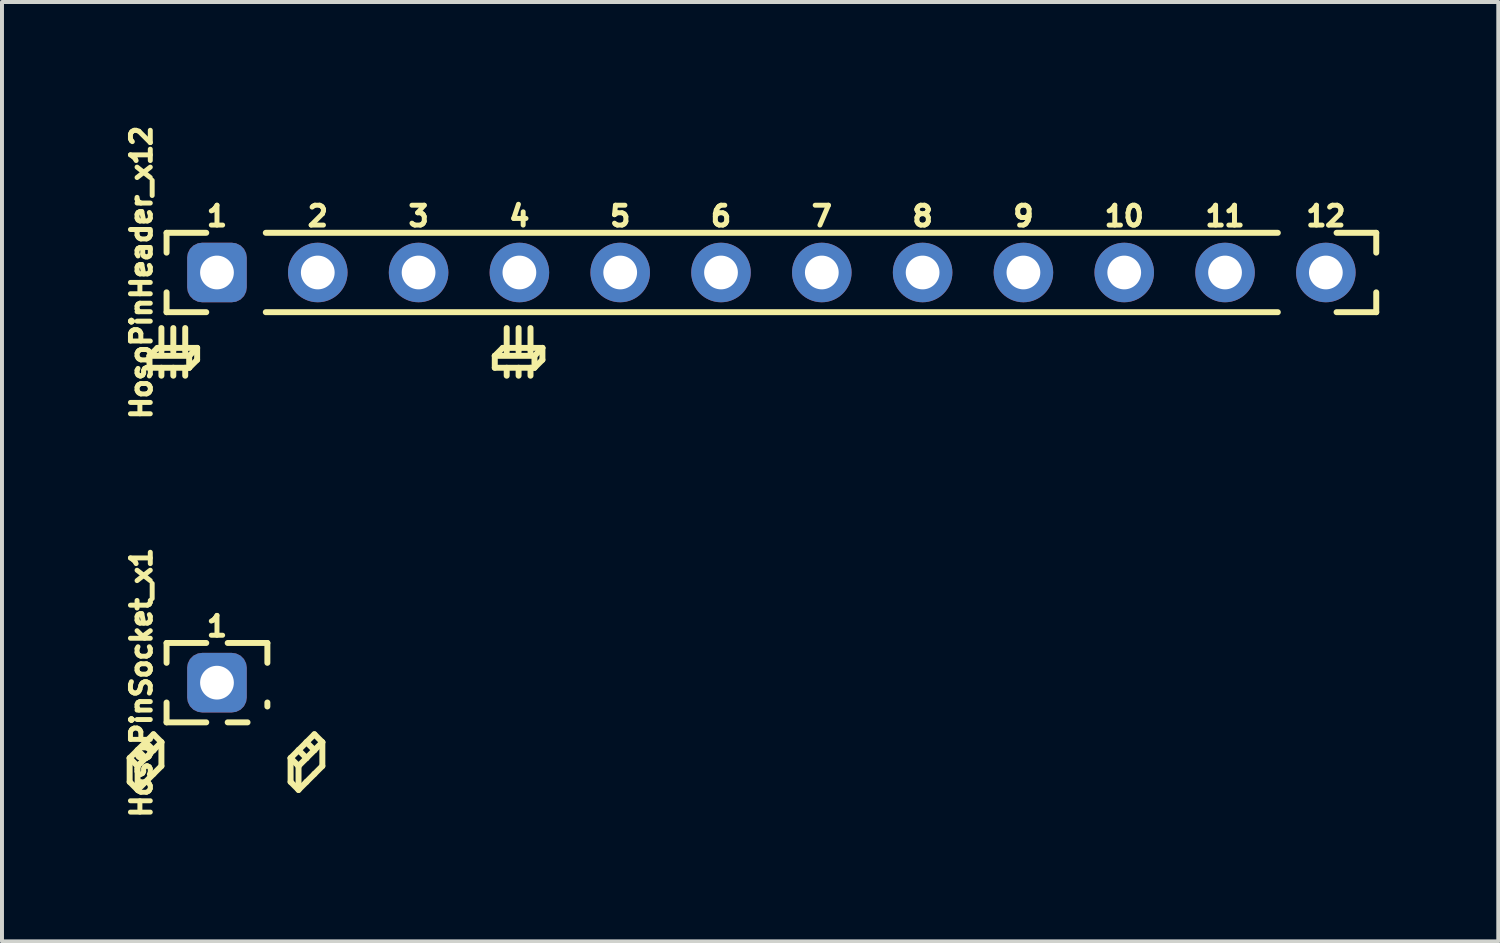
<source format=kicad_pcb>
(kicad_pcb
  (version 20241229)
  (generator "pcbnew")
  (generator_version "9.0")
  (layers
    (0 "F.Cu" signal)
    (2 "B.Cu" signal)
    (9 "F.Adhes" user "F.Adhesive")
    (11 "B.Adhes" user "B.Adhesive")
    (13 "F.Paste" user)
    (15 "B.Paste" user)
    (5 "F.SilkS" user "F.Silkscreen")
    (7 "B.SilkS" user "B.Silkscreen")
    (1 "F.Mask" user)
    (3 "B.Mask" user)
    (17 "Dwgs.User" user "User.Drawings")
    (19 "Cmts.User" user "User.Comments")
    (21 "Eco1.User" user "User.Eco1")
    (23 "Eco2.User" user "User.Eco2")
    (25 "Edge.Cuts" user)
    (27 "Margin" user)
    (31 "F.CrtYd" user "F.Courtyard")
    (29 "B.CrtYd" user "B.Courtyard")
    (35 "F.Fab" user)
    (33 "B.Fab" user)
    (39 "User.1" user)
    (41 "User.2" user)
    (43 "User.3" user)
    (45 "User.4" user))
  (footprint "HosoPinHeader_x12"
    (layer "F.Cu")
    (at 2.417 3.816)
    (property "Reference" "HosoPinHeader_x12" (at -1.905 0 90) (layer "F.SilkS") (effects (font (size 0.5 0.5) (thickness 0.125))))
    (attr through_hole)
    (fp_line (start -1.7 2.1) (end -1.5 1.9) (stroke (width 0.15) (type solid)) (layer "F.SilkS"))
    (fp_line (start -1.7 2.1) (end -0.7 2.1) (stroke (width 0.15) (type solid)) (layer "F.SilkS"))
    (fp_line (start -1.7 2.4) (end -1.7 2.1) (stroke (width 0.15) (type solid)) (layer "F.SilkS"))
    (fp_line (start -1.5 1.9) (end -0.5 1.9) (stroke (width 0.15) (type solid)) (layer "F.SilkS"))
    (fp_line (start -1.4 2) (end -1.4 1.4) (stroke (width 0.15) (type solid)) (layer "F.SilkS"))
    (fp_line (start -1.4 2.4) (end -1.4 2.6) (stroke (width 0.15) (type solid)) (layer "F.SilkS"))
    (fp_line (start -1.27 -1) (end -1.27 -0.5) (stroke (width 0.15) (type solid)) (layer "F.SilkS"))
    (fp_line (start -1.27 -1) (end -0.27 -1) (stroke (width 0.15) (type solid)) (layer "F.SilkS"))
    (fp_line (start -1.27 1) (end -1.27 0.5) (stroke (width 0.15) (type solid)) (layer "F.SilkS"))
    (fp_line (start -1.27 1) (end -0.27 1) (stroke (width 0.15) (type solid)) (layer "F.SilkS"))
    (fp_line (start -1.1 2) (end -1.1 1.4) (stroke (width 0.15) (type solid)) (layer "F.SilkS"))
    (fp_line (start -1.1 2.4) (end -1.1 2.6) (stroke (width 0.15) (type solid)) (layer "F.SilkS"))
    (fp_line (start -0.8 2) (end -0.8 1.4) (stroke (width 0.15) (type solid)) (layer "F.SilkS"))
    (fp_line (start -0.8 2.4) (end -0.8 2.6) (stroke (width 0.15) (type solid)) (layer "F.SilkS"))
    (fp_line (start -0.7 2.1) (end -0.7 2.4) (stroke (width 0.15) (type solid)) (layer "F.SilkS"))
    (fp_line (start -0.7 2.1) (end -0.5 1.9) (stroke (width 0.15) (type solid)) (layer "F.SilkS"))
    (fp_line (start -0.7 2.4) (end -1.7 2.4) (stroke (width 0.15) (type solid)) (layer "F.SilkS"))
    (fp_line (start -0.5 1.9) (end -0.5 2.2) (stroke (width 0.15) (type solid)) (layer "F.SilkS"))
    (fp_line (start -0.5 2.2) (end -0.7 2.4) (stroke (width 0.15) (type solid)) (layer "F.SilkS"))
    (fp_line (start 1.23 -1) (end 26.73 -1) (stroke (width 0.15) (type solid)) (layer "F.SilkS"))
    (fp_line (start 7 2.1) (end 7.2 1.9) (stroke (width 0.15) (type solid)) (layer "F.SilkS"))
    (fp_line (start 7 2.1) (end 8 2.1) (stroke (width 0.15) (type solid)) (layer "F.SilkS"))
    (fp_line (start 7 2.4) (end 7 2.1) (stroke (width 0.15) (type solid)) (layer "F.SilkS"))
    (fp_line (start 7.2 1.9) (end 8.2 1.9) (stroke (width 0.15) (type solid)) (layer "F.SilkS"))
    (fp_line (start 7.3 2) (end 7.3 1.4) (stroke (width 0.15) (type solid)) (layer "F.SilkS"))
    (fp_line (start 7.3 2.4) (end 7.3 2.6) (stroke (width 0.15) (type solid)) (layer "F.SilkS"))
    (fp_line (start 7.6 2) (end 7.6 1.4) (stroke (width 0.15) (type solid)) (layer "F.SilkS"))
    (fp_line (start 7.6 2.4) (end 7.6 2.6) (stroke (width 0.15) (type solid)) (layer "F.SilkS"))
    (fp_line (start 7.9 2) (end 7.9 1.4) (stroke (width 0.15) (type solid)) (layer "F.SilkS"))
    (fp_line (start 7.9 2.4) (end 7.9 2.6) (stroke (width 0.15) (type solid)) (layer "F.SilkS"))
    (fp_line (start 8 2.1) (end 8 2.4) (stroke (width 0.15) (type solid)) (layer "F.SilkS"))
    (fp_line (start 8 2.1) (end 8.2 1.9) (stroke (width 0.15) (type solid)) (layer "F.SilkS"))
    (fp_line (start 8 2.4) (end 7 2.4) (stroke (width 0.15) (type solid)) (layer "F.SilkS"))
    (fp_line (start 8.2 1.9) (end 8.2 2.2) (stroke (width 0.15) (type solid)) (layer "F.SilkS"))
    (fp_line (start 8.2 2.2) (end 8 2.4) (stroke (width 0.15) (type solid)) (layer "F.SilkS"))
    (fp_line (start 26.73 1) (end 1.23 1) (stroke (width 0.15) (type solid)) (layer "F.SilkS"))
    (fp_line (start 29.21 -1) (end 28.21 -1) (stroke (width 0.15) (type solid)) (layer "F.SilkS"))
    (fp_line (start 29.21 -0.5) (end 29.21 -1) (stroke (width 0.15) (type solid)) (layer "F.SilkS"))
    (fp_line (start 29.21 1) (end 28.21 1) (stroke (width 0.15) (type solid)) (layer "F.SilkS"))
    (fp_line (start 29.21 1) (end 29.21 0.5) (stroke (width 0.15) (type solid)) (layer "F.SilkS"))
    (fp_text user "11" (at 25.4 -1.42 0) (layer "F.SilkS") (effects (font (size 0.5 0.5) (thickness 0.125))))
    (fp_text user "5" (at 10.16 -1.42 0) (layer "F.SilkS") (effects (font (size 0.5 0.5) (thickness 0.125))))
    (fp_text user "2" (at 2.54 -1.42 0) (layer "F.SilkS") (effects (font (size 0.5 0.5) (thickness 0.125))))
    (fp_text user "12" (at 27.94 -1.42 0) (layer "F.SilkS") (effects (font (size 0.5 0.5) (thickness 0.125))))
    (fp_text user "1" (at 0 -1.42 0) (layer "F.SilkS") (effects (font (size 0.5 0.5) (thickness 0.125))))
    (fp_text user "10" (at 22.86 -1.42 0) (layer "F.SilkS") (effects (font (size 0.5 0.5) (thickness 0.125))))
    (fp_text user "3" (at 5.08 -1.42 0) (layer "F.SilkS") (effects (font (size 0.5 0.5) (thickness 0.125))))
    (fp_text user "6" (at 12.7 -1.42 0) (layer "F.SilkS") (effects (font (size 0.5 0.5) (thickness 0.125))))
    (fp_text user "8" (at 17.78 -1.42 0) (layer "F.SilkS") (effects (font (size 0.5 0.5) (thickness 0.125))))
    (fp_text user "4" (at 7.62 -1.42 0) (layer "F.SilkS") (effects (font (size 0.5 0.5) (thickness 0.125))))
    (fp_text user "9" (at 20.32 -1.42 0) (layer "F.SilkS") (effects (font (size 0.5 0.5) (thickness 0.125))))
    (fp_text user "7" (at 15.24 -1.42 0) (layer "F.SilkS") (effects (font (size 0.5 0.5) (thickness 0.125))))
    (pad "1" thru_hole roundrect (at 0 0 90) (size 1.5 1.5) (drill 0.85) (layers "*.Cu" "*.Mask") (roundrect_rratio 0.25))
    (pad "2" thru_hole circle (at 2.54 0) (size 1.5 1.5) (drill 0.85) (layers "*.Cu" "*.Mask"))
    (pad "3" thru_hole circle (at 5.08 0) (size 1.5 1.5) (drill 0.85) (layers "*.Cu" "*.Mask"))
    (pad "4" thru_hole circle (at 7.62 0) (size 1.5 1.5) (drill 0.85) (layers "*.Cu" "*.Mask"))
    (pad "5" thru_hole circle (at 10.16 0) (size 1.5 1.5) (drill 0.85) (layers "*.Cu" "*.Mask"))
    (pad "6" thru_hole circle (at 12.7 0) (size 1.5 1.5) (drill 0.85) (layers "*.Cu" "*.Mask"))
    (pad "7" thru_hole circle (at 15.24 0) (size 1.5 1.5) (drill 0.85) (layers "*.Cu" "*.Mask"))
    (pad "8" thru_hole circle (at 17.78 0) (size 1.5 1.5) (drill 0.85) (layers "*.Cu" "*.Mask"))
    (pad "9" thru_hole circle (at 20.32 0) (size 1.5 1.5) (drill 0.85) (layers "*.Cu" "*.Mask"))
    (pad "10" thru_hole circle (at 22.86 0) (size 1.5 1.5) (drill 0.85) (layers "*.Cu" "*.Mask"))
    (pad "11" thru_hole circle (at 25.4 0) (size 1.5 1.5) (drill 0.85) (layers "*.Cu" "*.Mask"))
    (pad "12" thru_hole circle (at 27.94 0) (size 1.5 1.5) (drill 0.85) (layers "*.Cu" "B.Mask")))
  (footprint "HosoPinSocket_x1"
    (layer "F.Cu")
    (at 2.417 14.151)
    (property "Reference" "HosoPinSocket_x1" (at -1.905 0 90) (layer "F.SilkS") (effects (font (size 0.5 0.5) (thickness 0.125))))
    (attr through_hole)
    (fp_line (start -2.2 1.9) (end -2.2 2.5) (stroke (width 0.15) (type solid)) (layer "F.SilkS"))
    (fp_line (start -2.2 1.9) (end -2 1.7) (stroke (width 0.15) (type solid)) (layer "F.SilkS"))
    (fp_line (start -2.2 2.5) (end -2 2.7) (stroke (width 0.15) (type solid)) (layer "F.SilkS"))
    (fp_line (start -2 1.7) (end -1.8 1.5) (stroke (width 0.15) (type solid)) (layer "F.SilkS"))
    (fp_line (start -2 1.7) (end -1.8 1.9) (stroke (width 0.15) (type solid)) (layer "F.SilkS"))
    (fp_line (start -2 2.1) (end -2.2 1.9) (stroke (width 0.15) (type solid)) (layer "F.SilkS"))
    (fp_line (start -2 2.1) (end -2 2.7) (stroke (width 0.15) (type solid)) (layer "F.SilkS"))
    (fp_line (start -2 2.7) (end -1.8 2.5) (stroke (width 0.15) (type solid)) (layer "F.SilkS"))
    (fp_line (start -1.8 1.5) (end -1.6 1.3) (stroke (width 0.15) (type solid)) (layer "F.SilkS"))
    (fp_line (start -1.8 1.5) (end -1.6 1.7) (stroke (width 0.15) (type solid)) (layer "F.SilkS"))
    (fp_line (start -1.8 1.9) (end -2 2.1) (stroke (width 0.15) (type solid)) (layer "F.SilkS"))
    (fp_line (start -1.6 1.3) (end -1.4 1.5) (stroke (width 0.15) (type solid)) (layer "F.SilkS"))
    (fp_line (start -1.6 1.7) (end -1.8 1.9) (stroke (width 0.15) (type solid)) (layer "F.SilkS"))
    (fp_line (start -1.6 2.3) (end -1.8 2.5) (stroke (width 0.15) (type solid)) (layer "F.SilkS"))
    (fp_line (start -1.4 1.5) (end -1.6 1.7) (stroke (width 0.15) (type solid)) (layer "F.SilkS"))
    (fp_line (start -1.4 1.5) (end -1.4 2.1) (stroke (width 0.15) (type solid)) (layer "F.SilkS"))
    (fp_line (start -1.4 2.1) (end -1.6 2.3) (stroke (width 0.15) (type solid)) (layer "F.SilkS"))
    (fp_line (start -1.27 -1) (end -1.27 -0.5) (stroke (width 0.15) (type solid)) (layer "F.SilkS"))
    (fp_line (start -1.27 -1) (end -0.27 -1) (stroke (width 0.15) (type solid)) (layer "F.SilkS"))
    (fp_line (start -1.27 1) (end -1.27 0.5) (stroke (width 0.15) (type solid)) (layer "F.SilkS"))
    (fp_line (start -1.27 1) (end -0.27 1) (stroke (width 0.15) (type solid)) (layer "F.SilkS"))
    (fp_line (start 0.77 1) (end 0.27 1) (stroke (width 0.15) (type solid)) (layer "F.SilkS"))
    (fp_line (start 1.27 -1) (end 0.27 -1) (stroke (width 0.15) (type solid)) (layer "F.SilkS"))
    (fp_line (start 1.27 -0.5) (end 1.27 -1) (stroke (width 0.15) (type solid)) (layer "F.SilkS"))
    (fp_line (start 1.27 0.6) (end 1.27 0.5) (stroke (width 0.15) (type solid)) (layer "F.SilkS"))
    (fp_line (start 1.855 1.9) (end 1.855 2.5) (stroke (width 0.15) (type solid)) (layer "F.SilkS"))
    (fp_line (start 1.855 1.9) (end 2.055 1.7) (stroke (width 0.15) (type solid)) (layer "F.SilkS"))
    (fp_line (start 1.855 2.5) (end 2.055 2.7) (stroke (width 0.15) (type solid)) (layer "F.SilkS"))
    (fp_line (start 2.055 1.7) (end 2.255 1.5) (stroke (width 0.15) (type solid)) (layer "F.SilkS"))
    (fp_line (start 2.055 1.7) (end 2.255 1.9) (stroke (width 0.15) (type solid)) (layer "F.SilkS"))
    (fp_line (start 2.055 2.1) (end 1.855 1.9) (stroke (width 0.15) (type solid)) (layer "F.SilkS"))
    (fp_line (start 2.055 2.1) (end 2.055 2.7) (stroke (width 0.15) (type solid)) (layer "F.SilkS"))
    (fp_line (start 2.055 2.7) (end 2.255 2.5) (stroke (width 0.15) (type solid)) (layer "F.SilkS"))
    (fp_line (start 2.255 1.5) (end 2.455 1.3) (stroke (width 0.15) (type solid)) (layer "F.SilkS"))
    (fp_line (start 2.255 1.5) (end 2.455 1.7) (stroke (width 0.15) (type solid)) (layer "F.SilkS"))
    (fp_line (start 2.255 1.9) (end 2.055 2.1) (stroke (width 0.15) (type solid)) (layer "F.SilkS"))
    (fp_line (start 2.455 1.3) (end 2.655 1.5) (stroke (width 0.15) (type solid)) (layer "F.SilkS"))
    (fp_line (start 2.455 1.7) (end 2.255 1.9) (stroke (width 0.15) (type solid)) (layer "F.SilkS"))
    (fp_line (start 2.455 2.3) (end 2.255 2.5) (stroke (width 0.15) (type solid)) (layer "F.SilkS"))
    (fp_line (start 2.655 1.5) (end 2.455 1.7) (stroke (width 0.15) (type solid)) (layer "F.SilkS"))
    (fp_line (start 2.655 1.5) (end 2.655 2.1) (stroke (width 0.15) (type solid)) (layer "F.SilkS"))
    (fp_line (start 2.655 2.1) (end 2.455 2.3) (stroke (width 0.15) (type solid)) (layer "F.SilkS"))
    (fp_text user "1" (at 0 -1.42 0) (layer "F.SilkS") (effects (font (size 0.5 0.5) (thickness 0.125))))
    (pad "1" thru_hole roundrect (at 0 0 90) (size 1.5 1.5) (drill 0.85) (layers "*.Cu" "*.Mask") (roundrect_rratio 0.25)))
  (gr_rect
    (start -3 -3)
    (end 34.702 20.669)
    (stroke (width 0.1) (type default))
    (fill no)
    (layer "Edge.Cuts")))
</source>
